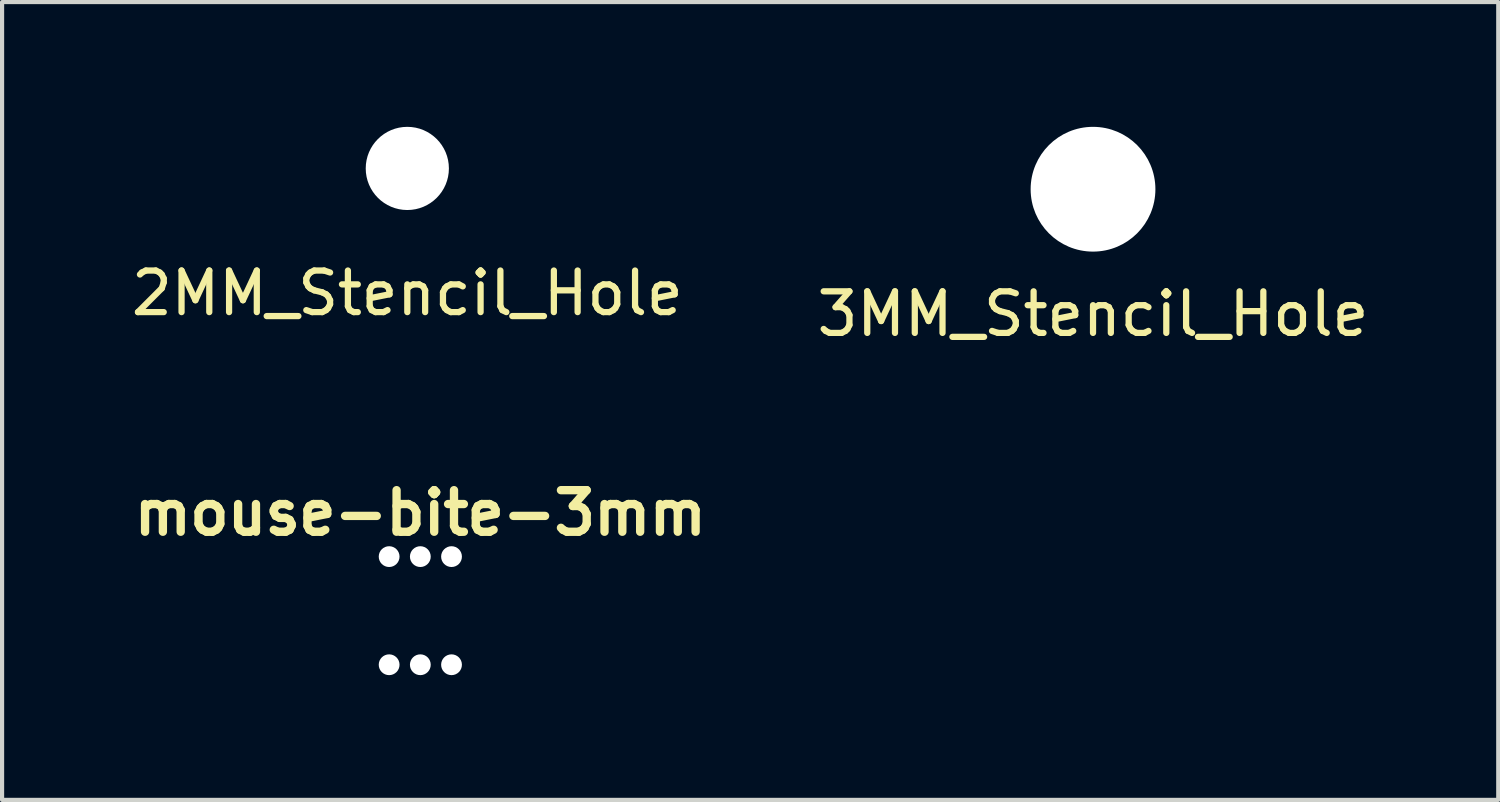
<source format=kicad_pcb>
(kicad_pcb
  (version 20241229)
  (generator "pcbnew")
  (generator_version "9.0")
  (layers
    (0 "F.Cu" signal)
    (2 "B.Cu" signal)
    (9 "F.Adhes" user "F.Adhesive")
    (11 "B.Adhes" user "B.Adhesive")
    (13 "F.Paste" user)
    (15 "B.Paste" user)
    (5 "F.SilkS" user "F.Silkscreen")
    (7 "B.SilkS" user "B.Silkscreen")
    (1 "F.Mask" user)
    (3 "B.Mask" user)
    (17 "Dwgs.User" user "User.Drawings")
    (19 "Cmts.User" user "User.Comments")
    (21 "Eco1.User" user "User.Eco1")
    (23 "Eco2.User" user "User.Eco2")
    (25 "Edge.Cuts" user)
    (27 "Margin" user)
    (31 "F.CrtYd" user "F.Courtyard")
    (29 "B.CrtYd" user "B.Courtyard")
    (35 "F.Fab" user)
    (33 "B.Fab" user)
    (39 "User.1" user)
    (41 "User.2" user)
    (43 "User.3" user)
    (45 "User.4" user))
  (footprint "2MM_Stencil_Hole"
    (layer "F.Cu")
    (at 6.744 1)
    (property "Reference" "2MM_Stencil_Hole" (at 0 3 0) (layer "F.SilkS") (effects (font (size 1 1) (thickness 0.15))))
    (attr through_hole)
    (pad "" np_thru_hole circle (at 0 0) (size 2 2) (drill 2) (layers "*.Cu" "*.Paste" "*.Mask")))
  (footprint "mouse-bite-3mm"
    (layer "F.Cu")
    (at 7.057 11.634)
    (property "Reference" "mouse-bite-3mm" (at 0 -2.35 0) (layer "F.SilkS") (effects (font (size 1 1) (thickness 0.2))))
    (attr through_hole)
    (pad "" np_thru_hole circle (at -0.75 -1.3) (size 0.5 0.5) (drill 0.5) (layers "*.Cu" "*.Mask"))
    (pad "" np_thru_hole circle (at -0.75 1.3) (size 0.5 0.5) (drill 0.5) (layers "*.Cu" "*.Mask"))
    (pad "" np_thru_hole circle (at 0 -1.3) (size 0.5 0.5) (drill 0.5) (layers "*.Cu" "*.Mask"))
    (pad "" np_thru_hole circle (at 0 1.3) (size 0.5 0.5) (drill 0.5) (layers "*.Cu" "*.Mask"))
    (pad "" np_thru_hole circle (at 0.75 -1.3) (size 0.5 0.5) (drill 0.5) (layers "*.Cu" "*.Mask"))
    (pad "" np_thru_hole circle (at 0.75 1.3) (size 0.5 0.5) (drill 0.5) (layers "*.Cu" "*.Mask")))
  (footprint "3MM_Stencil_Hole"
    (layer "F.Cu")
    (at 23.232 1.5)
    (property "Reference" "3MM_Stencil_Hole" (at 0 3 0) (layer "F.SilkS") (effects (font (size 1 1) (thickness 0.15))))
    (attr through_hole)
    (pad "" np_thru_hole circle (at 0 0) (size 3 3) (drill 3) (layers "*.Cu" "*.Paste" "*.Mask")))
  (gr_rect
    (start -3 -3)
    (end 32.976 16.184)
    (stroke (width 0.1) (type default))
    (fill no)
    (layer "Edge.Cuts")))
</source>
